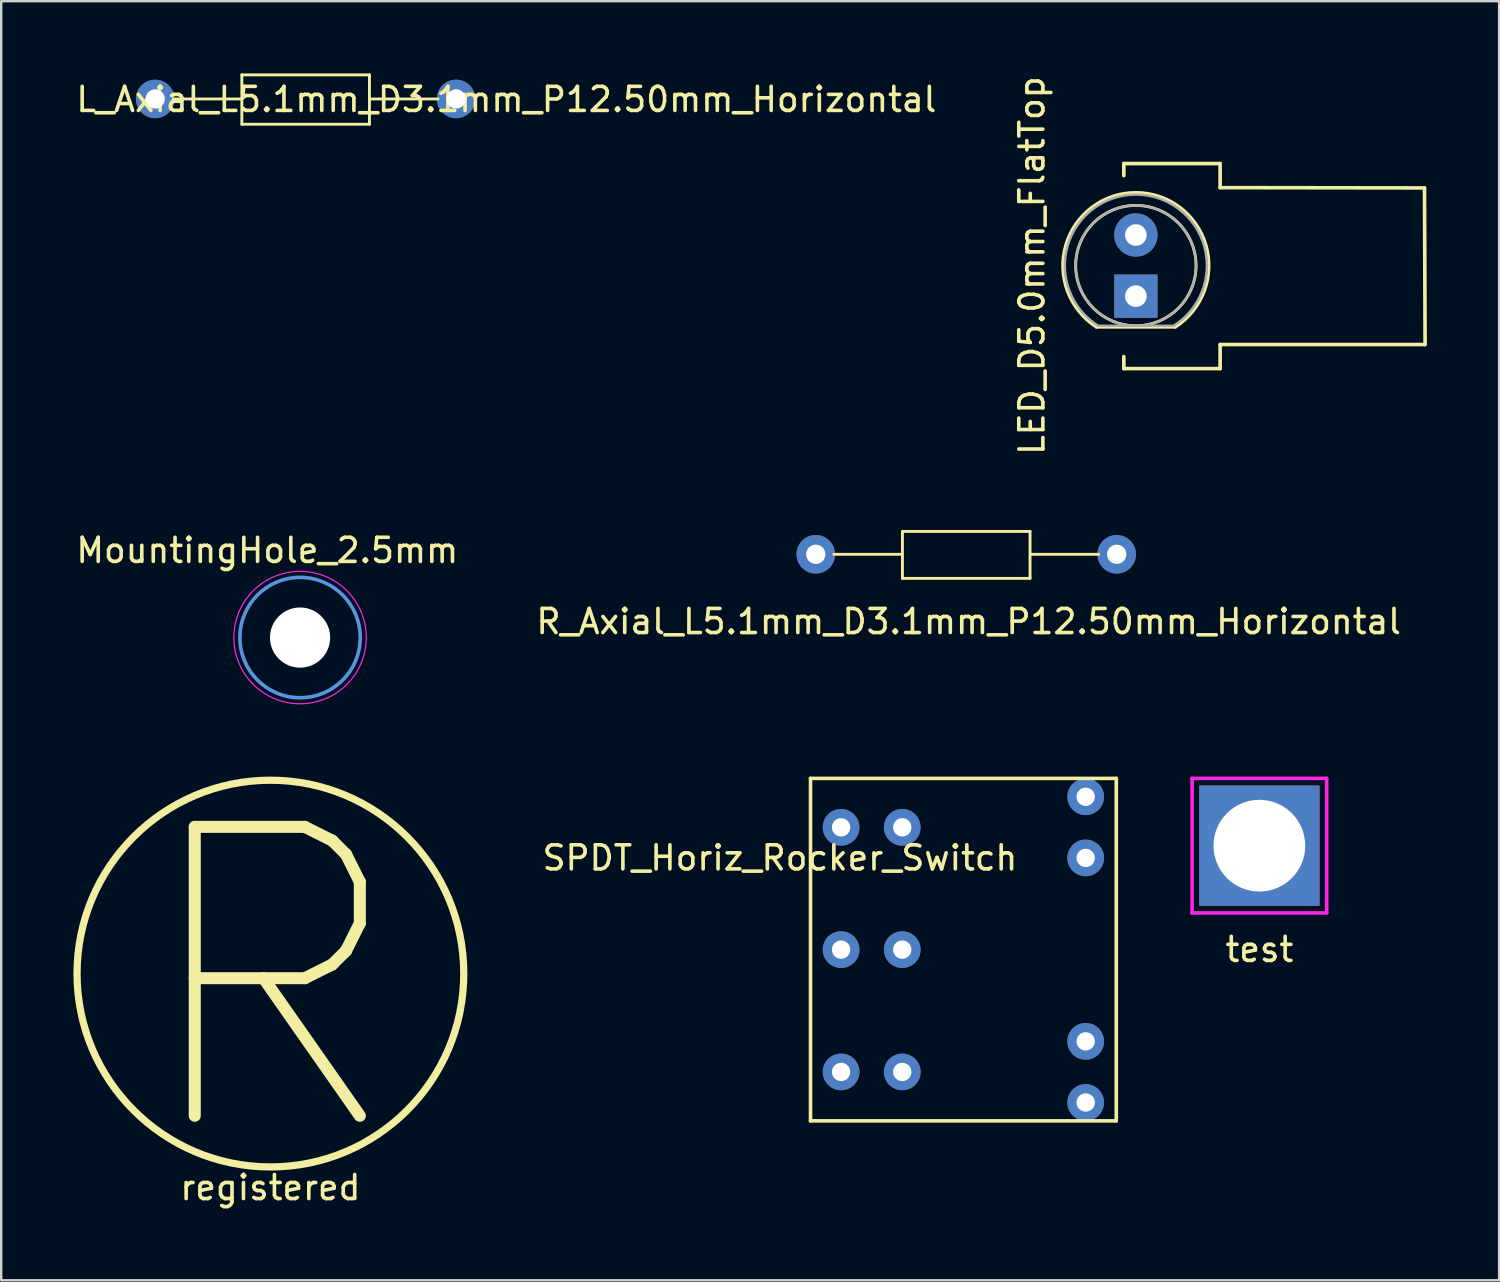
<source format=kicad_pcb>
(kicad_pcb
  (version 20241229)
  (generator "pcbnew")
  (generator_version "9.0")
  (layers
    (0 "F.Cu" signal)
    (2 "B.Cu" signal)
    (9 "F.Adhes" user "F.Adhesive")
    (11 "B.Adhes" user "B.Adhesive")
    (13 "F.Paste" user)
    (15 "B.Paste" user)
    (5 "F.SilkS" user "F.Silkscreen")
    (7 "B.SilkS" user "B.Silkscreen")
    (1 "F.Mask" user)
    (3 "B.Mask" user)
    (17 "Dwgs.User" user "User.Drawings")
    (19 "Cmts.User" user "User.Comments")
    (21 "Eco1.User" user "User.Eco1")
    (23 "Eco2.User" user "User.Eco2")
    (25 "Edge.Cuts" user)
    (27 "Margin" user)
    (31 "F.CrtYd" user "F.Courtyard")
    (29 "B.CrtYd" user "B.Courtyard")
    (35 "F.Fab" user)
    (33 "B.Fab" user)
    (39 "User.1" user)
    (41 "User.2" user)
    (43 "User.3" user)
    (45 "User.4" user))
  (footprint "LED_D5.0mm_FlatTop"
    (layer "F.Cu")
    (at 44.131 9.252)
    (property "Reference" "LED_D5.0mm_FlatTop" (at -4.318 -1.27 90) (layer "F.SilkS") (effects (font (size 1 1) (thickness 0.15))))
    (attr through_hole)
    (fp_line (start -1.64 1.29) (end 1.64 1.29) (stroke (width 0.12) (type solid)) (layer "F.SilkS"))
    (fp_line (start -0.5 -5.508) (end 3.5 -5.508) (stroke (width 0.15) (type solid)) (layer "F.SilkS"))
    (fp_line (start -0.5 -5.008) (end -0.5 -5.508) (stroke (width 0.15) (type solid)) (layer "F.SilkS"))
    (fp_line (start -0.5 2.508) (end -0.5 3.008) (stroke (width 0.15) (type solid)) (layer "F.SilkS"))
    (fp_line (start -0.5 3.008) (end 3.5 3.008) (stroke (width 0.15) (type solid)) (layer "F.SilkS"))
    (fp_line (start 3.5 -5.508) (end 3.5 -4.508) (stroke (width 0.15) (type solid)) (layer "F.SilkS"))
    (fp_line (start 3.5 -4.508) (end 11.989 -4.496) (stroke (width 0.15) (type solid)) (layer "F.SilkS"))
    (fp_line (start 3.5 2.008) (end 12 2.008) (stroke (width 0.15) (type solid)) (layer "F.SilkS"))
    (fp_line (start 3.5 3.008) (end 3.5 2.008) (stroke (width 0.15) (type solid)) (layer "F.SilkS"))
    (fp_line (start 12.014 2.007) (end 11.989 -4.496) (stroke (width 0.15) (type solid)) (layer "F.SilkS"))
    (fp_arc (start -1.639512 1.29) (mid -2.917258 -2.125106) (end 0.001958 -4.309999) (stroke (width 0.12) (type solid)) (layer "F.SilkS"))
    (fp_arc (start -0.001958 -4.309999) (mid 2.917258 -2.125106) (end 1.639512 1.29) (stroke (width 0.12) (type solid)) (layer "F.SilkS"))
    (fp_circle (center 0 -1.27) (end 0 -3.77) (stroke (width 0.12) (type solid)) (fill no) (layer "F.SilkS"))
    (fp_line (start -1.566 1.23) (end 1.566 1.23) (stroke (width 0.1) (type solid)) (layer "F.Fab"))
    (fp_arc (start -1.566046 1.23) (mid 0.00071 -4.22) (end 1.564843 1.230753) (stroke (width 0.1) (type solid)) (layer "F.Fab"))
    (fp_circle (center 0 -1.27) (end 0 -3.77) (stroke (width 0.1) (type solid)) (fill no) (layer "F.Fab"))
    (pad "1" thru_hole rect (at 0 0 90) (size 1.8 1.8) (drill 0.9) (layers "*.Cu" "*.Mask"))
    (pad "2" thru_hole circle (at 0 -2.54 90) (size 1.8 1.8) (drill 0.9) (layers "*.Cu" "*.Mask")))
  (footprint "R_Axial_L5.1mm_D3.1mm_P12.50mm_Horizontal"
    (layer "F.Cu")
    (at 30.835 19.974)
    (property "Reference" "R_Axial_L5.1mm_D3.1mm_P12.50mm_Horizontal" (at 6.35 2.794 0) (layer "F.SilkS") (effects (font (size 1 1) (thickness 0.15))))
    (attr through_hole)
    (fp_line (start 0.75 0) (end 3.58 0) (stroke (width 0.12) (type solid)) (layer "F.SilkS"))
    (fp_line (start 3.6 -0.95) (end 3.6 1) (stroke (width 0.12) (type solid)) (layer "F.SilkS"))
    (fp_line (start 3.6 1) (end 8.9 1) (stroke (width 0.12) (type solid)) (layer "F.SilkS"))
    (fp_line (start 8.9 -0.95) (end 3.6 -0.95) (stroke (width 0.12) (type solid)) (layer "F.SilkS"))
    (fp_line (start 8.9 1) (end 8.9 -0.95) (stroke (width 0.12) (type solid)) (layer "F.SilkS"))
    (fp_line (start 11.75 0) (end 8.92 0) (stroke (width 0.12) (type solid)) (layer "F.SilkS"))
    (pad "1" thru_hole circle (at 0 0) (size 1.6 1.6) (drill 0.8) (layers "*.Cu" "*.Mask"))
    (pad "2" thru_hole oval (at 12.5 0) (size 1.6 1.6) (drill 0.8) (layers "*.Cu" "*.Mask")))
  (footprint "test"
    (layer "F.Cu")
    (at 49.261 35.887)
    (property "Reference" "test" (at 0 0.5 0) (layer "F.SilkS") (effects (font (size 1 1) (thickness 0.15))))
    (attr through_hole)
    (fp_line (start -2.794 -6.604) (end 2.794 -6.604) (stroke (width 0.15) (type solid)) (layer "F.CrtYd"))
    (fp_line (start -2.794 -1.016) (end -2.794 -6.604) (stroke (width 0.15) (type solid)) (layer "F.CrtYd"))
    (fp_line (start 2.794 -6.604) (end 2.794 -1.016) (stroke (width 0.15) (type solid)) (layer "F.CrtYd"))
    (fp_line (start 2.794 -1.016) (end -2.794 -1.016) (stroke (width 0.15) (type solid)) (layer "F.CrtYd"))
    (pad "1" thru_hole rect (at 0 -3.81) (size 5 5) (drill 3.81) (layers "*.Cu" "*.Mask")))
  (footprint "MountingHole_2.5mm"
    (layer "F.Cu")
    (at 9.414 23.433)
    (property "Reference" "MountingHole_2.5mm" (at -1.36 -3.62 0) (layer "F.SilkS") (effects (font (size 1 1) (thickness 0.15))))
    (attr exclude_from_pos_files exclude_from_bom)
    (fp_circle (center 0 0) (end 2.5 0) (stroke (width 0.15) (type solid)) (fill no) (layer "Cmts.User"))
    (fp_circle (center 0 0) (end 2.75 0) (stroke (width 0.05) (type solid)) (fill no) (layer "F.CrtYd"))
    (pad "" np_thru_hole circle (at 0 0) (size 2.5 2.5) (drill 2.5) (layers "*.Cu" "*.Mask")))
  (footprint "SPDT_Horiz_Rocker_Switch"
    (layer "F.Cu")
    (at 39.507 46.555)
    (property "Reference" "SPDT_Horiz_Rocker_Switch" (at -10.16 -13.97 0) (layer "F.SilkS") (effects (font (size 1 1) (thickness 0.15))))
    (attr through_hole)
    (fp_line (start -8.89 -17.272) (end -8.89 -3.048) (stroke (width 0.15) (type solid)) (layer "F.SilkS"))
    (fp_line (start -8.89 -3.048) (end 3.81 -3.048) (stroke (width 0.15) (type solid)) (layer "F.SilkS"))
    (fp_line (start 3.81 -17.272) (end -8.89 -17.272) (stroke (width 0.15) (type solid)) (layer "F.SilkS"))
    (fp_line (start 3.81 -3.048) (end 3.81 -17.272) (stroke (width 0.15) (type solid)) (layer "F.SilkS"))
    (pad "1" thru_hole circle (at -7.62 -15.24) (size 1.524 1.524) (drill 0.762) (layers "*.Cu" "*.Mask"))
    (pad "2" thru_hole circle (at -7.62 -10.16) (size 1.524 1.524) (drill 0.762) (layers "*.Cu" "*.Mask"))
    (pad "3" thru_hole circle (at -7.62 -5.08) (size 1.524 1.524) (drill 0.762) (layers "*.Cu" "*.Mask"))
    (pad "4" thru_hole circle (at -5.08 -5.08) (size 1.524 1.524) (drill 0.762) (layers "*.Cu" "*.Mask"))
    (pad "5" thru_hole circle (at -5.08 -10.16) (size 1.524 1.524) (drill 0.762) (layers "*.Cu" "*.Mask"))
    (pad "6" thru_hole circle (at -5.08 -15.24) (size 1.524 1.524) (drill 0.762) (layers "*.Cu" "*.Mask"))
    (pad "7" thru_hole circle (at 2.54 -3.81) (size 1.524 1.524) (drill 0.762) (layers "*.Cu" "*.Mask"))
    (pad "8" thru_hole circle (at 2.54 -6.35) (size 1.524 1.524) (drill 0.762) (layers "*.Cu" "*.Mask"))
    (pad "9" thru_hole circle (at 2.54 -13.97) (size 1.524 1.524) (drill 0.762) (layers "*.Cu" "*.Mask"))
    (pad "10" thru_hole circle (at 2.54 -16.51) (size 1.524 1.524) (drill 0.762) (layers "*.Cu" "*.Mask")))
  (footprint "L_Axial_L5.1mm_D3.1mm_P12.50mm_Horizontal"
    (layer "F.Cu")
    (at 3.396 1.06)
    (property "Reference" "L_Axial_L5.1mm_D3.1mm_P12.50mm_Horizontal" (at 14.586 0.022 0) (layer "F.SilkS") (effects (font (size 1 1) (thickness 0.15))))
    (attr through_hole)
    (fp_line (start 0.75 0) (end 3.58 0) (stroke (width 0.12) (type solid)) (layer "F.SilkS"))
    (fp_line (start 3.6 -1) (end 3.6 1.05) (stroke (width 0.12) (type solid)) (layer "F.SilkS"))
    (fp_line (start 3.6 1.05) (end 8.9 1.05) (stroke (width 0.12) (type solid)) (layer "F.SilkS"))
    (fp_line (start 8.9 -1) (end 3.6 -1) (stroke (width 0.12) (type solid)) (layer "F.SilkS"))
    (fp_line (start 8.9 1.05) (end 8.9 -1) (stroke (width 0.12) (type solid)) (layer "F.SilkS"))
    (fp_line (start 11.75 0) (end 8.92 0) (stroke (width 0.12) (type solid)) (layer "F.SilkS"))
    (pad "1" thru_hole circle (at 0 0) (size 1.6 1.6) (drill 0.8) (layers "*.Cu" "*.Mask"))
    (pad "2" thru_hole oval (at 12.5 0) (size 1.6 1.6) (drill 0.8) (layers "*.Cu" "*.Mask")))
  (footprint "registered"
    (layer "F.Cu")
    (at 8.182 37.39)
    (property "Reference" "registered" (at 0 8.89 0) (layer "F.SilkS") (effects (font (size 1 1) (thickness 0.15))))
    (attr through_hole)
    (fp_circle (center 0 0) (end 8.032 0) (stroke (width 0.3) (type solid)) (fill no) (layer "F.SilkS"))
    (fp_text user "R" (at 0 0.381 0) (layer "F.SilkS") (effects (font (size 12 12) (thickness 0.5)))))
  (gr_rect
    (start -3 -3)
    (end 59.22 50.128)
    (stroke (width 0.1) (type default))
    (fill no)
    (layer "Edge.Cuts")))
</source>
